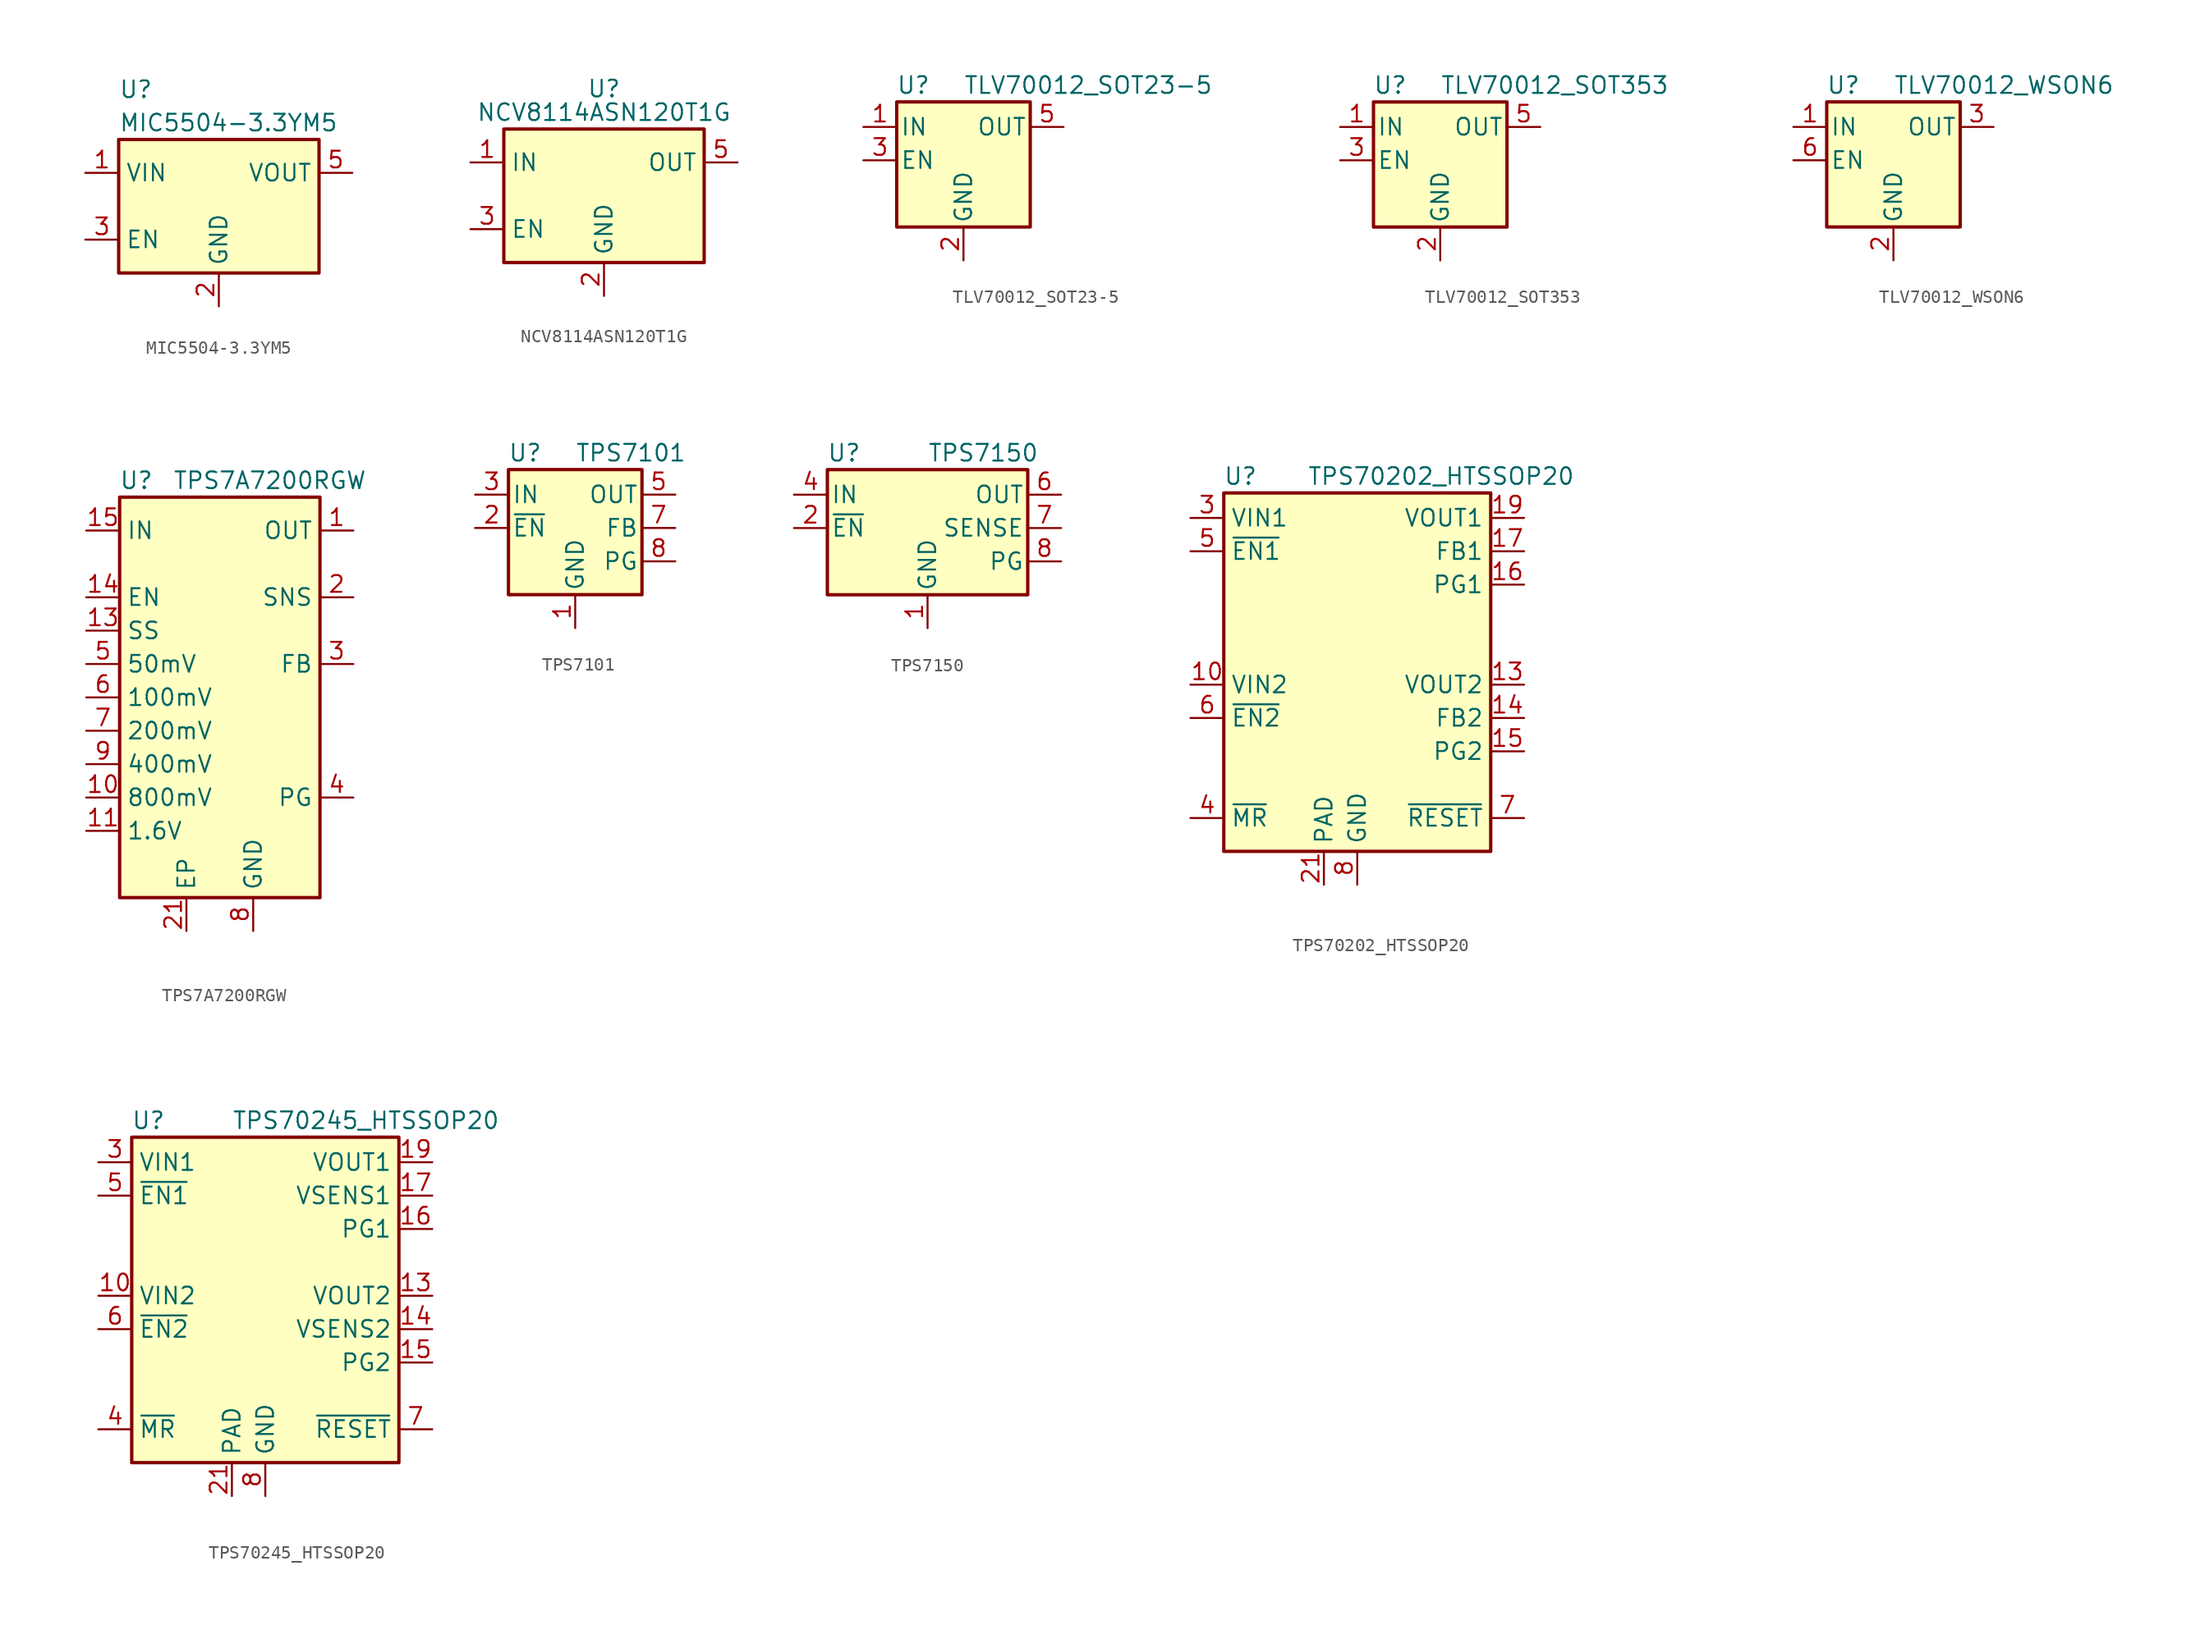
<source format=kicad_sym>
(kicad_symbol_lib
  (version 20200908)
  (generator kicad_symbol_editor)
  (symbol "Regulator_Linear:MIC5504-3.3YM5"
    (property "Reference" "U"
      (at -7.62 8.89 0)
      (effects (font (size 1.27 1.27)) (justify left)))
    (property "Value" "MIC5504-3.3YM5"
      (at -7.62 6.35 0)
      (effects (font (size 1.27 1.27)) (justify left)))
    (symbol "MIC5504-3.3YM5_0_1"
      (rectangle (start -7.62 -5.08) (end 7.62 5.08) (stroke (width 0.254)) (fill (type background))))
    (symbol "MIC5504-3.3YM5_1_1"
      (pin power_in line (at -10.16 2.54 0) (length 2.54) (name "VIN" (effects (font (size 1.27 1.27)))) (number "1" (effects (font (size 1.27 1.27)))))
      (pin power_in line (at 0 -7.62 90) (length 2.54) (name "GND" (effects (font (size 1.27 1.27)))) (number "2" (effects (font (size 1.27 1.27)))))
      (pin input line (at -10.16 -2.54 0) (length 2.54) (name "EN" (effects (font (size 1.27 1.27)))) (number "3" (effects (font (size 1.27 1.27)))))
      (pin unconnected line (at 7.62 -2.54 180) (length 2.54) hide (name "NC" (effects (font (size 1.27 1.27)))) (number "4" (effects (font (size 1.27 1.27)))))
      (pin power_out line (at 10.16 2.54 180) (length 2.54) (name "VOUT" (effects (font (size 1.27 1.27)))) (number "5" (effects (font (size 1.27 1.27)))))))
  (symbol "Regulator_Linear:NCV8114ASN120T1G"
    (property "Reference" "U"
      (at 0 8.89 0)
      (effects (font (size 1.27 1.27)) (justify top)))
    (property "Value" "NCV8114ASN120T1G"
      (at 0 6.35 0)
      (effects (font (size 1.27 1.27))))
    (symbol "NCV8114ASN120T1G_0_1"
      (rectangle (start -7.62 5.08) (end 7.62 -5.08) (stroke (width 0.254)) (fill (type background))))
    (symbol "NCV8114ASN120T1G_1_1"
      (pin power_in line (at -10.16 2.54 0) (length 2.54) (name "IN" (effects (font (size 1.27 1.27)))) (number "1" (effects (font (size 1.27 1.27)))))
      (pin power_in line (at 0 -7.62 90) (length 2.54) (name "GND" (effects (font (size 1.27 1.27)))) (number "2" (effects (font (size 1.27 1.27)))))
      (pin input line (at -10.16 -2.54 0) (length 2.54) (name "EN" (effects (font (size 1.27 1.27)))) (number "3" (effects (font (size 1.27 1.27)))))
      (pin unconnected line (at 7.62 -2.54 180) (length 2.54) hide (name "NC" (effects (font (size 1.27 1.27)))) (number "4" (effects (font (size 1.27 1.27)))))
      (pin power_out line (at 10.16 2.54 180) (length 2.54) (name "OUT" (effects (font (size 1.27 1.27)))) (number "5" (effects (font (size 1.27 1.27)))))))
  (symbol "Regulator_Linear:TLV70012_SOT23-5"
    (pin_names
      (offset 0.254))
    (property "Reference" "U"
      (at -3.81 5.715 0)
      (effects (font (size 1.27 1.27))))
    (property "Value" "TLV70012_SOT23-5"
      (at 0 5.715 0)
      (effects (font (size 1.27 1.27)) (justify left)))
    (symbol "TLV70012_SOT23-5_0_1"
      (rectangle (start -5.08 4.445) (end 5.08 -5.08) (stroke (width 0.254)) (fill (type background))))
    (symbol "TLV70012_SOT23-5_1_1"
      (pin power_in line (at -7.62 2.54 0) (length 2.54) (name "IN" (effects (font (size 1.27 1.27)))) (number "1" (effects (font (size 1.27 1.27)))))
      (pin power_in line (at 0 -7.62 90) (length 2.54) (name "GND" (effects (font (size 1.27 1.27)))) (number "2" (effects (font (size 1.27 1.27)))))
      (pin input line (at -7.62 0 0) (length 2.54) (name "EN" (effects (font (size 1.27 1.27)))) (number "3" (effects (font (size 1.27 1.27)))))
      (pin unconnected line (at 5.08 0 180) (length 2.54) hide (name "NC" (effects (font (size 1.27 1.27)))) (number "4" (effects (font (size 1.27 1.27)))))
      (pin power_out line (at 7.62 2.54 180) (length 2.54) (name "OUT" (effects (font (size 1.27 1.27)))) (number "5" (effects (font (size 1.27 1.27)))))))
  (symbol "Regulator_Linear:TLV70012_SOT353"
    (pin_names
      (offset 0.254))
    (property "Reference" "U"
      (at -3.81 5.715 0)
      (effects (font (size 1.27 1.27))))
    (property "Value" "TLV70012_SOT353"
      (at 0 5.715 0)
      (effects (font (size 1.27 1.27)) (justify left)))
    (symbol "TLV70012_SOT353_0_1"
      (rectangle (start -5.08 4.445) (end 5.08 -5.08) (stroke (width 0.254)) (fill (type background))))
    (symbol "TLV70012_SOT353_1_1"
      (pin power_in line (at -7.62 2.54 0) (length 2.54) (name "IN" (effects (font (size 1.27 1.27)))) (number "1" (effects (font (size 1.27 1.27)))))
      (pin power_in line (at 0 -7.62 90) (length 2.54) (name "GND" (effects (font (size 1.27 1.27)))) (number "2" (effects (font (size 1.27 1.27)))))
      (pin input line (at -7.62 0 0) (length 2.54) (name "EN" (effects (font (size 1.27 1.27)))) (number "3" (effects (font (size 1.27 1.27)))))
      (pin unconnected line (at 5.08 0 180) (length 2.54) hide (name "NC" (effects (font (size 1.27 1.27)))) (number "4" (effects (font (size 1.27 1.27)))))
      (pin power_out line (at 7.62 2.54 180) (length 2.54) (name "OUT" (effects (font (size 1.27 1.27)))) (number "5" (effects (font (size 1.27 1.27)))))))
  (symbol "Regulator_Linear:TLV70012_WSON6"
    (pin_names
      (offset 0.254))
    (property "Reference" "U"
      (at -3.81 5.715 0)
      (effects (font (size 1.27 1.27))))
    (property "Value" "TLV70012_WSON6"
      (at 0 5.715 0)
      (effects (font (size 1.27 1.27)) (justify left)))
    (symbol "TLV70012_WSON6_0_1"
      (rectangle (start -5.08 4.445) (end 5.08 -5.08) (stroke (width 0.254)) (fill (type background))))
    (symbol "TLV70012_WSON6_1_1"
      (pin power_in line (at -7.62 2.54 0) (length 2.54) (name "IN" (effects (font (size 1.27 1.27)))) (number "1" (effects (font (size 1.27 1.27)))))
      (pin power_in line (at 0 -7.62 90) (length 2.54) (name "GND" (effects (font (size 1.27 1.27)))) (number "2" (effects (font (size 1.27 1.27)))))
      (pin power_out line (at 7.62 2.54 180) (length 2.54) (name "OUT" (effects (font (size 1.27 1.27)))) (number "3" (effects (font (size 1.27 1.27)))))
      (pin unconnected line (at 7.62 0 180) (length 2.54) hide (name "NC" (effects (font (size 1.27 1.27)))) (number "4" (effects (font (size 1.27 1.27)))))
      (pin unconnected line (at -2.54 -7.62 90) (length 2.54) hide (name "NC" (effects (font (size 1.27 1.27)))) (number "5" (effects (font (size 1.27 1.27)))))
      (pin input line (at -7.62 0 0) (length 2.54) (name "EN" (effects (font (size 1.27 1.27)))) (number "6" (effects (font (size 1.27 1.27)))))))
  (symbol "Regulator_Linear:TPS7A7200RGW"
    (property "Reference" "U"
      (at -6.35 16.51 0)
      (effects (font (size 1.27 1.27))))
    (property "Value" "TPS7A7200RGW"
      (at 3.81 16.51 0)
      (effects (font (size 1.27 1.27))))
    (symbol "TPS7A7200RGW_0_1"
      (rectangle (start -7.62 15.24) (end 7.62 -15.24) (stroke (width 0.254)) (fill (type background))))
    (symbol "TPS7A7200RGW_1_1"
      (pin power_out line (at 10.16 12.7 180) (length 2.54) (name "OUT" (effects (font (size 1.27 1.27)))) (number "1" (effects (font (size 1.27 1.27)))))
      (pin input line (at -10.16 -7.62 0) (length 2.54) (name "800mV" (effects (font (size 1.27 1.27)))) (number "10" (effects (font (size 1.27 1.27)))))
      (pin input line (at -10.16 -10.16 0) (length 2.54) (name "1.6V" (effects (font (size 1.27 1.27)))) (number "11" (effects (font (size 1.27 1.27)))))
      (pin unconnected line (at -7.62 10.16 0) (length 2.54) hide (name "NC" (effects (font (size 1.27 1.27)))) (number "12" (effects (font (size 1.27 1.27)))))
      (pin input line (at -10.16 5.08 0) (length 2.54) (name "SS" (effects (font (size 1.27 1.27)))) (number "13" (effects (font (size 1.27 1.27)))))
      (pin input line (at -10.16 7.62 0) (length 2.54) (name "EN" (effects (font (size 1.27 1.27)))) (number "14" (effects (font (size 1.27 1.27)))))
      (pin power_in line (at -10.16 12.7 0) (length 2.54) (name "IN" (effects (font (size 1.27 1.27)))) (number "15" (effects (font (size 1.27 1.27)))))
      (pin passive line (at -10.16 12.7 0) (length 2.54) hide (name "IN" (effects (font (size 1.27 1.27)))) (number "16" (effects (font (size 1.27 1.27)))))
      (pin passive line (at -10.16 12.7 0) (length 2.54) hide (name "IN" (effects (font (size 1.27 1.27)))) (number "17" (effects (font (size 1.27 1.27)))))
      (pin passive line (at 2.54 -17.78 90) (length 2.54) hide (name "GND" (effects (font (size 1.27 1.27)))) (number "18" (effects (font (size 1.27 1.27)))))
      (pin passive line (at 10.16 12.7 180) (length 2.54) hide (name "OUT" (effects (font (size 1.27 1.27)))) (number "19" (effects (font (size 1.27 1.27)))))
      (pin input line (at 10.16 7.62 180) (length 2.54) (name "SNS" (effects (font (size 1.27 1.27)))) (number "2" (effects (font (size 1.27 1.27)))))
      (pin passive line (at 10.16 12.7 180) (length 2.54) hide (name "OUT" (effects (font (size 1.27 1.27)))) (number "20" (effects (font (size 1.27 1.27)))))
      (pin passive line (at -2.54 -17.78 90) (length 2.54) (name "EP" (effects (font (size 1.27 1.27)))) (number "21" (effects (font (size 1.27 1.27)))))
      (pin input line (at 10.16 2.54 180) (length 2.54) (name "FB" (effects (font (size 1.27 1.27)))) (number "3" (effects (font (size 1.27 1.27)))))
      (pin open_collector line (at 10.16 -7.62 180) (length 2.54) (name "PG" (effects (font (size 1.27 1.27)))) (number "4" (effects (font (size 1.27 1.27)))))
      (pin input line (at -10.16 2.54 0) (length 2.54) (name "50mV" (effects (font (size 1.27 1.27)))) (number "5" (effects (font (size 1.27 1.27)))))
      (pin input line (at -10.16 0 0) (length 2.54) (name "100mV" (effects (font (size 1.27 1.27)))) (number "6" (effects (font (size 1.27 1.27)))))
      (pin input line (at -10.16 -2.54 0) (length 2.54) (name "200mV" (effects (font (size 1.27 1.27)))) (number "7" (effects (font (size 1.27 1.27)))))
      (pin power_in line (at 2.54 -17.78 90) (length 2.54) (name "GND" (effects (font (size 1.27 1.27)))) (number "8" (effects (font (size 1.27 1.27)))))
      (pin input line (at -10.16 -5.08 0) (length 2.54) (name "400mV" (effects (font (size 1.27 1.27)))) (number "9" (effects (font (size 1.27 1.27)))))))
  (symbol "Regulator_Linear:TPS7101"
    (pin_names
      (offset 0.254))
    (property "Reference" "U"
      (at -3.81 5.715 0)
      (effects (font (size 1.27 1.27))))
    (property "Value" "TPS7101"
      (at 0 5.715 0)
      (effects (font (size 1.27 1.27)) (justify left)))
    (symbol "TPS7101_0_1"
      (rectangle (start -5.08 4.445) (end 5.08 -5.08) (stroke (width 0.254)) (fill (type background))))
    (symbol "TPS7101_1_1"
      (pin power_in line (at 0 -7.62 90) (length 2.54) (name "GND" (effects (font (size 1.27 1.27)))) (number "1" (effects (font (size 1.27 1.27)))))
      (pin input line (at -7.62 0 0) (length 2.54) (name "~EN~" (effects (font (size 1.27 1.27)))) (number "2" (effects (font (size 1.27 1.27)))))
      (pin power_in line (at -7.62 2.54 0) (length 2.54) (name "IN" (effects (font (size 1.27 1.27)))) (number "3" (effects (font (size 1.27 1.27)))))
      (pin passive line (at -7.62 2.54 0) (length 2.54) hide (name "IN" (effects (font (size 1.27 1.27)))) (number "4" (effects (font (size 1.27 1.27)))))
      (pin power_out line (at 7.62 2.54 180) (length 2.54) (name "OUT" (effects (font (size 1.27 1.27)))) (number "5" (effects (font (size 1.27 1.27)))))
      (pin passive line (at 7.62 2.54 180) (length 2.54) hide (name "OUT" (effects (font (size 1.27 1.27)))) (number "6" (effects (font (size 1.27 1.27)))))
      (pin input line (at 7.62 0 180) (length 2.54) (name "FB" (effects (font (size 1.27 1.27)))) (number "7" (effects (font (size 1.27 1.27)))))
      (pin output line (at 7.62 -2.54 180) (length 2.54) (name "PG" (effects (font (size 1.27 1.27)))) (number "8" (effects (font (size 1.27 1.27)))))))
  (symbol "Regulator_Linear:TPS7150"
    (pin_names
      (offset 0.254))
    (property "Reference" "U"
      (at -6.35 8.255 0)
      (effects (font (size 1.27 1.27))))
    (property "Value" "TPS7150"
      (at 0 8.255 0)
      (effects (font (size 1.27 1.27)) (justify left)))
    (symbol "TPS7150_0_1"
      (rectangle (start -7.62 6.985) (end 7.62 -2.54) (stroke (width 0.254)) (fill (type background))))
    (symbol "TPS7150_1_1"
      (pin power_in line (at 0 -5.08 90) (length 2.54) (name "GND" (effects (font (size 1.27 1.27)))) (number "1" (effects (font (size 1.27 1.27)))))
      (pin input line (at -10.16 2.54 0) (length 2.54) (name "~EN~" (effects (font (size 1.27 1.27)))) (number "2" (effects (font (size 1.27 1.27)))))
      (pin passive line (at -10.16 5.08 0) (length 2.54) hide (name "IN" (effects (font (size 1.27 1.27)))) (number "3" (effects (font (size 1.27 1.27)))))
      (pin power_in line (at -10.16 5.08 0) (length 2.54) (name "IN" (effects (font (size 1.27 1.27)))) (number "4" (effects (font (size 1.27 1.27)))))
      (pin passive line (at 10.16 5.08 180) (length 2.54) hide (name "OUT" (effects (font (size 1.27 1.27)))) (number "5" (effects (font (size 1.27 1.27)))))
      (pin power_out line (at 10.16 5.08 180) (length 2.54) (name "OUT" (effects (font (size 1.27 1.27)))) (number "6" (effects (font (size 1.27 1.27)))))
      (pin input line (at 10.16 2.54 180) (length 2.54) (name "SENSE" (effects (font (size 1.27 1.27)))) (number "7" (effects (font (size 1.27 1.27)))))
      (pin output line (at 10.16 0 180) (length 2.54) (name "PG" (effects (font (size 1.27 1.27)))) (number "8" (effects (font (size 1.27 1.27)))))))
  (symbol "Regulator_Linear:TPS70202_HTSSOP20"
    (property "Reference" "U"
      (at -8.89 15.875 0)
      (effects (font (size 1.27 1.27))))
    (property "Value" "TPS70202_HTSSOP20"
      (at -3.81 15.875 0)
      (effects (font (size 1.27 1.27)) (justify left)))
    (symbol "TPS70202_HTSSOP20_0_1"
      (rectangle (start -10.16 14.605) (end 10.16 -12.7) (stroke (width 0.254)) (fill (type background))))
    (symbol "TPS70202_HTSSOP20_1_1"
      (pin unconnected line (at -12.7 7.62 0) (length 2.54) hide (name "NC" (effects (font (size 1.27 1.27)))) (number "1" (effects (font (size 1.27 1.27)))))
      (pin power_in line (at -12.7 0 0) (length 2.54) (name "VIN2" (effects (font (size 1.27 1.27)))) (number "10" (effects (font (size 1.27 1.27)))))
      (pin unconnected line (at -12.7 5.08 0) (length 2.54) hide (name "NC" (effects (font (size 1.27 1.27)))) (number "11" (effects (font (size 1.27 1.27)))))
      (pin passive line (at 12.7 0 180) (length 2.54) hide (name "VOUT2" (effects (font (size 1.27 1.27)))) (number "12" (effects (font (size 1.27 1.27)))))
      (pin power_out line (at 12.7 0 180) (length 2.54) (name "VOUT2" (effects (font (size 1.27 1.27)))) (number "13" (effects (font (size 1.27 1.27)))))
      (pin input line (at 12.7 -2.54 180) (length 2.54) (name "FB2" (effects (font (size 1.27 1.27)))) (number "14" (effects (font (size 1.27 1.27)))))
      (pin open_collector line (at 12.7 -5.08 180) (length 2.54) (name "PG2" (effects (font (size 1.27 1.27)))) (number "15" (effects (font (size 1.27 1.27)))))
      (pin open_collector line (at 12.7 7.62 180) (length 2.54) (name "PG1" (effects (font (size 1.27 1.27)))) (number "16" (effects (font (size 1.27 1.27)))))
      (pin input line (at 12.7 10.16 180) (length 2.54) (name "FB1" (effects (font (size 1.27 1.27)))) (number "17" (effects (font (size 1.27 1.27)))))
      (pin passive line (at 12.7 12.7 180) (length 2.54) hide (name "VOUT1" (effects (font (size 1.27 1.27)))) (number "18" (effects (font (size 1.27 1.27)))))
      (pin power_out line (at 12.7 12.7 180) (length 2.54) (name "VOUT1" (effects (font (size 1.27 1.27)))) (number "19" (effects (font (size 1.27 1.27)))))
      (pin passive line (at -12.7 12.7 0) (length 2.54) hide (name "VIN1" (effects (font (size 1.27 1.27)))) (number "2" (effects (font (size 1.27 1.27)))))
      (pin unconnected line (at -12.7 -5.08 0) (length 2.54) hide (name "NC" (effects (font (size 1.27 1.27)))) (number "20" (effects (font (size 1.27 1.27)))))
      (pin power_in line (at -2.54 -15.24 90) (length 2.54) (name "PAD" (effects (font (size 1.27 1.27)))) (number "21" (effects (font (size 1.27 1.27)))))
      (pin power_in line (at -12.7 12.7 0) (length 2.54) (name "VIN1" (effects (font (size 1.27 1.27)))) (number "3" (effects (font (size 1.27 1.27)))))
      (pin input line (at -12.7 -10.16 0) (length 2.54) (name "~MR~" (effects (font (size 1.27 1.27)))) (number "4" (effects (font (size 1.27 1.27)))))
      (pin input line (at -12.7 10.16 0) (length 2.54) (name "~EN1~" (effects (font (size 1.27 1.27)))) (number "5" (effects (font (size 1.27 1.27)))))
      (pin input line (at -12.7 -2.54 0) (length 2.54) (name "~EN2~" (effects (font (size 1.27 1.27)))) (number "6" (effects (font (size 1.27 1.27)))))
      (pin open_collector line (at 12.7 -10.16 180) (length 2.54) (name "~RESET~" (effects (font (size 1.27 1.27)))) (number "7" (effects (font (size 1.27 1.27)))))
      (pin power_in line (at 0 -15.24 90) (length 2.54) (name "GND" (effects (font (size 1.27 1.27)))) (number "8" (effects (font (size 1.27 1.27)))))
      (pin passive line (at -12.7 0 0) (length 2.54) hide (name "VIN2" (effects (font (size 1.27 1.27)))) (number "9" (effects (font (size 1.27 1.27)))))))
  (symbol "Regulator_Linear:TPS70245_HTSSOP20"
    (property "Reference" "U"
      (at -8.89 13.335 0)
      (effects (font (size 1.27 1.27))))
    (property "Value" "TPS70245_HTSSOP20"
      (at -2.54 13.335 0)
      (effects (font (size 1.27 1.27)) (justify left)))
    (symbol "TPS70245_HTSSOP20_0_1"
      (rectangle (start -10.16 12.065) (end 10.16 -12.7) (stroke (width 0.254)) (fill (type background))))
    (symbol "TPS70245_HTSSOP20_1_1"
      (pin unconnected line (at -12.7 5.08 0) (length 2.54) hide (name "NC" (effects (font (size 1.27 1.27)))) (number "1" (effects (font (size 1.27 1.27)))))
      (pin power_in line (at -12.7 0 0) (length 2.54) (name "VIN2" (effects (font (size 1.27 1.27)))) (number "10" (effects (font (size 1.27 1.27)))))
      (pin unconnected line (at -12.7 -5.08 0) (length 2.54) hide (name "NC" (effects (font (size 1.27 1.27)))) (number "11" (effects (font (size 1.27 1.27)))))
      (pin passive line (at 12.7 0 180) (length 2.54) hide (name "VOUT2" (effects (font (size 1.27 1.27)))) (number "12" (effects (font (size 1.27 1.27)))))
      (pin power_out line (at 12.7 0 180) (length 2.54) (name "VOUT2" (effects (font (size 1.27 1.27)))) (number "13" (effects (font (size 1.27 1.27)))))
      (pin input line (at 12.7 -2.54 180) (length 2.54) (name "VSENS2" (effects (font (size 1.27 1.27)))) (number "14" (effects (font (size 1.27 1.27)))))
      (pin open_collector line (at 12.7 -5.08 180) (length 2.54) (name "PG2" (effects (font (size 1.27 1.27)))) (number "15" (effects (font (size 1.27 1.27)))))
      (pin open_collector line (at 12.7 5.08 180) (length 2.54) (name "PG1" (effects (font (size 1.27 1.27)))) (number "16" (effects (font (size 1.27 1.27)))))
      (pin input line (at 12.7 7.62 180) (length 2.54) (name "VSENS1" (effects (font (size 1.27 1.27)))) (number "17" (effects (font (size 1.27 1.27)))))
      (pin passive line (at 12.7 10.16 180) (length 2.54) hide (name "VOUT1" (effects (font (size 1.27 1.27)))) (number "18" (effects (font (size 1.27 1.27)))))
      (pin power_out line (at 12.7 10.16 180) (length 2.54) (name "VOUT1" (effects (font (size 1.27 1.27)))) (number "19" (effects (font (size 1.27 1.27)))))
      (pin passive line (at -12.7 10.16 0) (length 2.54) hide (name "VIN1" (effects (font (size 1.27 1.27)))) (number "2" (effects (font (size 1.27 1.27)))))
      (pin unconnected line (at 2.54 -15.24 90) (length 2.54) hide (name "NC" (effects (font (size 1.27 1.27)))) (number "20" (effects (font (size 1.27 1.27)))))
      (pin power_in line (at -2.54 -15.24 90) (length 2.54) (name "PAD" (effects (font (size 1.27 1.27)))) (number "21" (effects (font (size 1.27 1.27)))))
      (pin power_in line (at -12.7 10.16 0) (length 2.54) (name "VIN1" (effects (font (size 1.27 1.27)))) (number "3" (effects (font (size 1.27 1.27)))))
      (pin input line (at -12.7 -10.16 0) (length 2.54) (name "~MR~" (effects (font (size 1.27 1.27)))) (number "4" (effects (font (size 1.27 1.27)))))
      (pin input line (at -12.7 7.62 0) (length 2.54) (name "~EN1~" (effects (font (size 1.27 1.27)))) (number "5" (effects (font (size 1.27 1.27)))))
      (pin input line (at -12.7 -2.54 0) (length 2.54) (name "~EN2~" (effects (font (size 1.27 1.27)))) (number "6" (effects (font (size 1.27 1.27)))))
      (pin open_collector line (at 12.7 -10.16 180) (length 2.54) (name "~RESET~" (effects (font (size 1.27 1.27)))) (number "7" (effects (font (size 1.27 1.27)))))
      (pin power_in line (at 0 -15.24 90) (length 2.54) (name "GND" (effects (font (size 1.27 1.27)))) (number "8" (effects (font (size 1.27 1.27)))))
      (pin passive line (at -12.7 0 0) (length 2.54) hide (name "VIN2" (effects (font (size 1.27 1.27)))) (number "9" (effects (font (size 1.27 1.27))))))))
</source>
